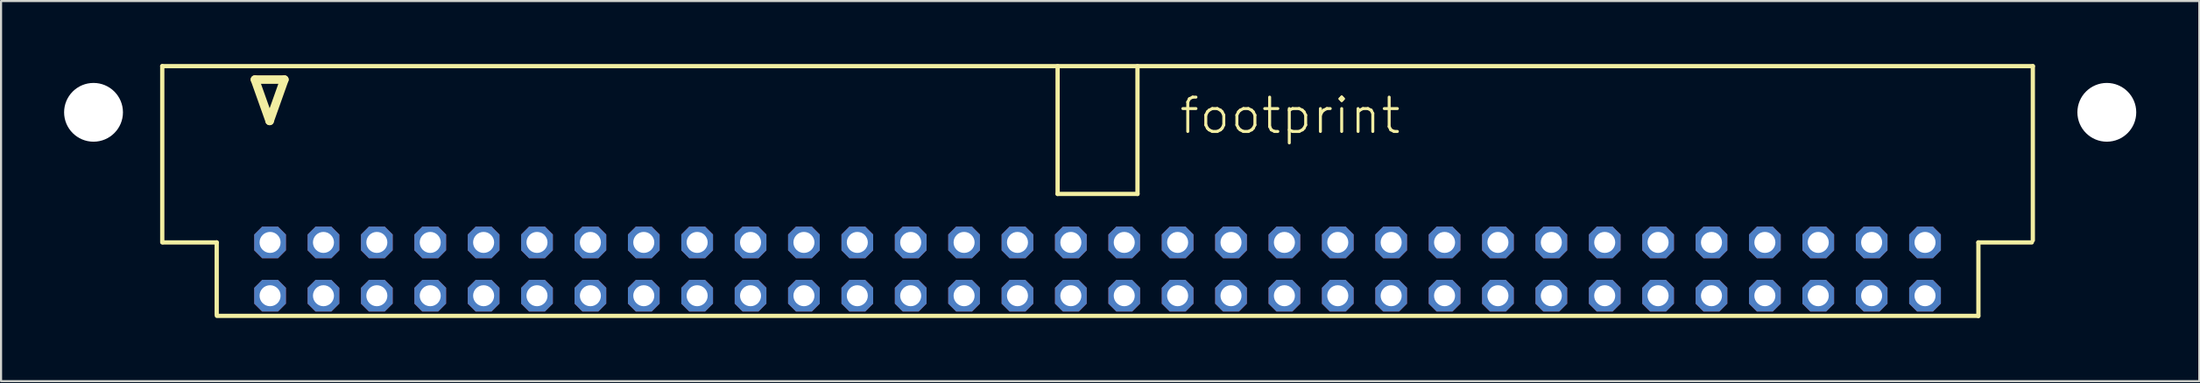
<source format=kicad_pcb>
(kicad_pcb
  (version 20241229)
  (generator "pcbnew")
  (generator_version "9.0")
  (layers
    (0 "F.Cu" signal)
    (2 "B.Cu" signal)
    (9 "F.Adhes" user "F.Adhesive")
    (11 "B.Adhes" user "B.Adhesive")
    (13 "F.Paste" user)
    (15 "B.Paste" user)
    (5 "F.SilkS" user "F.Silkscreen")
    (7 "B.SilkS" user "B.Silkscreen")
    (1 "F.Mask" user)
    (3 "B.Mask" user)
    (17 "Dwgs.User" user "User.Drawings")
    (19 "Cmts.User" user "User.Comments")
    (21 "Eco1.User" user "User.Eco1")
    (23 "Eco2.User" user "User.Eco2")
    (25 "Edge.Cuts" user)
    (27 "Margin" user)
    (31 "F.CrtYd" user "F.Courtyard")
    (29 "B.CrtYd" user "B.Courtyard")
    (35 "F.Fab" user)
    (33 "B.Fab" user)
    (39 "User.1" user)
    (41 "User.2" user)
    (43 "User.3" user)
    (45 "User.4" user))
  (footprint "footprint"
    (layer "F.Cu")
    (at 49.17 5.962)
    (property "Reference" "footprint" (at 3.81 -2.54 0) (layer "F.SilkS") (effects (font (size 1.636 1.636) (thickness 0.142)) (justify left bottom)))
    (fp_line (start -44.5 -5.86) (end 44.5 -5.86) (stroke (width 0.203) (type solid)) (layer "F.SilkS"))
    (fp_line (start -44.5 2.54) (end -44.5 -5.86) (stroke (width 0.203) (type solid)) (layer "F.SilkS"))
    (fp_line (start -44.45 2.54) (end -41.91 2.54) (stroke (width 0.203) (type solid)) (layer "F.SilkS"))
    (fp_line (start -41.91 2.54) (end -41.91 5.98) (stroke (width 0.203) (type solid)) (layer "F.SilkS"))
    (fp_line (start -40.09 -5.22) (end -39.39 -3.25) (stroke (width 0.406) (type solid)) (layer "F.SilkS"))
    (fp_line (start -39.39 -3.25) (end -38.69 -5.22) (stroke (width 0.406) (type solid)) (layer "F.SilkS"))
    (fp_line (start -38.69 -5.22) (end -40.09 -5.22) (stroke (width 0.406) (type solid)) (layer "F.SilkS"))
    (fp_line (start -1.9 0.23) (end -1.9 -5.86) (stroke (width 0.203) (type solid)) (layer "F.SilkS"))
    (fp_line (start -1.9 0.23) (end 1.9 0.23) (stroke (width 0.203) (type solid)) (layer "F.SilkS"))
    (fp_line (start 1.9 0.23) (end 1.9 -5.86) (stroke (width 0.203) (type solid)) (layer "F.SilkS"))
    (fp_line (start 41.9 6.04) (end -41.9 6.04) (stroke (width 0.203) (type solid)) (layer "F.SilkS"))
    (fp_line (start 41.91 2.54) (end 41.91 6.05) (stroke (width 0.203) (type solid)) (layer "F.SilkS"))
    (fp_line (start 44.45 2.54) (end 41.91 2.54) (stroke (width 0.203) (type solid)) (layer "F.SilkS"))
    (fp_line (start 44.5 -5.86) (end 44.5 2.44) (stroke (width 0.203) (type solid)) (layer "F.SilkS"))
    (pad "" np_thru_hole circle (at -47.77 -3.66) (size 2.8 2.8) (drill 2.8) (layers "*.Cu" "*.Mask"))
    (pad "" np_thru_hole circle (at 48.02 -3.66) (size 2.8 2.8) (drill 2.8) (layers "*.Cu" "*.Mask"))
    (pad "1" thru_hole roundrect (at -39.37 5.08) (size 1.508 1.508) (drill 1) (layers "*.Cu" "*.Mask") (roundrect_rratio 0.25) (chamfer_ratio 0.25) (chamfer top_left top_right bottom_left bottom_right))
    (pad "2" thru_hole roundrect (at -39.37 2.54) (size 1.508 1.508) (drill 1) (layers "*.Cu" "*.Mask") (roundrect_rratio 0.25) (chamfer_ratio 0.25) (chamfer top_left top_right bottom_left bottom_right))
    (pad "3" thru_hole roundrect (at -36.83 5.08) (size 1.508 1.508) (drill 1) (layers "*.Cu" "*.Mask") (roundrect_rratio 0.25) (chamfer_ratio 0.25) (chamfer top_left top_right bottom_left bottom_right))
    (pad "4" thru_hole roundrect (at -36.83 2.54) (size 1.508 1.508) (drill 1) (layers "*.Cu" "*.Mask") (roundrect_rratio 0.25) (chamfer_ratio 0.25) (chamfer top_left top_right bottom_left bottom_right))
    (pad "5" thru_hole roundrect (at -34.29 5.08) (size 1.508 1.508) (drill 1) (layers "*.Cu" "*.Mask") (roundrect_rratio 0.25) (chamfer_ratio 0.25) (chamfer top_left top_right bottom_left bottom_right))
    (pad "6" thru_hole roundrect (at -34.29 2.54) (size 1.508 1.508) (drill 1) (layers "*.Cu" "*.Mask") (roundrect_rratio 0.25) (chamfer_ratio 0.25) (chamfer top_left top_right bottom_left bottom_right))
    (pad "7" thru_hole roundrect (at -31.75 5.08) (size 1.508 1.508) (drill 1) (layers "*.Cu" "*.Mask") (roundrect_rratio 0.25) (chamfer_ratio 0.25) (chamfer top_left top_right bottom_left bottom_right))
    (pad "8" thru_hole roundrect (at -31.75 2.54) (size 1.508 1.508) (drill 1) (layers "*.Cu" "*.Mask") (roundrect_rratio 0.25) (chamfer_ratio 0.25) (chamfer top_left top_right bottom_left bottom_right))
    (pad "9" thru_hole roundrect (at -29.21 5.08) (size 1.508 1.508) (drill 1) (layers "*.Cu" "*.Mask") (roundrect_rratio 0.25) (chamfer_ratio 0.25) (chamfer top_left top_right bottom_left bottom_right))
    (pad "10" thru_hole roundrect (at -29.21 2.54) (size 1.508 1.508) (drill 1) (layers "*.Cu" "*.Mask") (roundrect_rratio 0.25) (chamfer_ratio 0.25) (chamfer top_left top_right bottom_left bottom_right))
    (pad "11" thru_hole roundrect (at -26.67 5.08) (size 1.508 1.508) (drill 1) (layers "*.Cu" "*.Mask") (roundrect_rratio 0.25) (chamfer_ratio 0.25) (chamfer top_left top_right bottom_left bottom_right))
    (pad "12" thru_hole roundrect (at -26.67 2.54) (size 1.508 1.508) (drill 1) (layers "*.Cu" "*.Mask") (roundrect_rratio 0.25) (chamfer_ratio 0.25) (chamfer top_left top_right bottom_left bottom_right))
    (pad "13" thru_hole roundrect (at -24.13 5.08) (size 1.508 1.508) (drill 1) (layers "*.Cu" "*.Mask") (roundrect_rratio 0.25) (chamfer_ratio 0.25) (chamfer top_left top_right bottom_left bottom_right))
    (pad "14" thru_hole roundrect (at -24.13 2.54) (size 1.508 1.508) (drill 1) (layers "*.Cu" "*.Mask") (roundrect_rratio 0.25) (chamfer_ratio 0.25) (chamfer top_left top_right bottom_left bottom_right))
    (pad "15" thru_hole roundrect (at -21.59 5.08) (size 1.508 1.508) (drill 1) (layers "*.Cu" "*.Mask") (roundrect_rratio 0.25) (chamfer_ratio 0.25) (chamfer top_left top_right bottom_left bottom_right))
    (pad "16" thru_hole roundrect (at -21.59 2.54) (size 1.508 1.508) (drill 1) (layers "*.Cu" "*.Mask") (roundrect_rratio 0.25) (chamfer_ratio 0.25) (chamfer top_left top_right bottom_left bottom_right))
    (pad "17" thru_hole roundrect (at -19.05 5.08) (size 1.508 1.508) (drill 1) (layers "*.Cu" "*.Mask") (roundrect_rratio 0.25) (chamfer_ratio 0.25) (chamfer top_left top_right bottom_left bottom_right))
    (pad "18" thru_hole roundrect (at -19.05 2.54) (size 1.508 1.508) (drill 1) (layers "*.Cu" "*.Mask") (roundrect_rratio 0.25) (chamfer_ratio 0.25) (chamfer top_left top_right bottom_left bottom_right))
    (pad "19" thru_hole roundrect (at -16.51 5.08) (size 1.508 1.508) (drill 1) (layers "*.Cu" "*.Mask") (roundrect_rratio 0.25) (chamfer_ratio 0.25) (chamfer top_left top_right bottom_left bottom_right))
    (pad "20" thru_hole roundrect (at -16.51 2.54) (size 1.508 1.508) (drill 1) (layers "*.Cu" "*.Mask") (roundrect_rratio 0.25) (chamfer_ratio 0.25) (chamfer top_left top_right bottom_left bottom_right))
    (pad "21" thru_hole roundrect (at -13.97 5.08) (size 1.508 1.508) (drill 1) (layers "*.Cu" "*.Mask") (roundrect_rratio 0.25) (chamfer_ratio 0.25) (chamfer top_left top_right bottom_left bottom_right))
    (pad "22" thru_hole roundrect (at -13.97 2.54) (size 1.508 1.508) (drill 1) (layers "*.Cu" "*.Mask") (roundrect_rratio 0.25) (chamfer_ratio 0.25) (chamfer top_left top_right bottom_left bottom_right))
    (pad "23" thru_hole roundrect (at -11.43 5.08) (size 1.508 1.508) (drill 1) (layers "*.Cu" "*.Mask") (roundrect_rratio 0.25) (chamfer_ratio 0.25) (chamfer top_left top_right bottom_left bottom_right))
    (pad "24" thru_hole roundrect (at -11.43 2.54) (size 1.508 1.508) (drill 1) (layers "*.Cu" "*.Mask") (roundrect_rratio 0.25) (chamfer_ratio 0.25) (chamfer top_left top_right bottom_left bottom_right))
    (pad "25" thru_hole roundrect (at -8.89 5.08) (size 1.508 1.508) (drill 1) (layers "*.Cu" "*.Mask") (roundrect_rratio 0.25) (chamfer_ratio 0.25) (chamfer top_left top_right bottom_left bottom_right))
    (pad "26" thru_hole roundrect (at -8.89 2.54) (size 1.508 1.508) (drill 1) (layers "*.Cu" "*.Mask") (roundrect_rratio 0.25) (chamfer_ratio 0.25) (chamfer top_left top_right bottom_left bottom_right))
    (pad "27" thru_hole roundrect (at -6.35 5.08) (size 1.508 1.508) (drill 1) (layers "*.Cu" "*.Mask") (roundrect_rratio 0.25) (chamfer_ratio 0.25) (chamfer top_left top_right bottom_left bottom_right))
    (pad "28" thru_hole roundrect (at -6.35 2.54) (size 1.508 1.508) (drill 1) (layers "*.Cu" "*.Mask") (roundrect_rratio 0.25) (chamfer_ratio 0.25) (chamfer top_left top_right bottom_left bottom_right))
    (pad "29" thru_hole roundrect (at -3.81 5.08) (size 1.508 1.508) (drill 1) (layers "*.Cu" "*.Mask") (roundrect_rratio 0.25) (chamfer_ratio 0.25) (chamfer top_left top_right bottom_left bottom_right))
    (pad "30" thru_hole roundrect (at -3.81 2.54) (size 1.508 1.508) (drill 1) (layers "*.Cu" "*.Mask") (roundrect_rratio 0.25) (chamfer_ratio 0.25) (chamfer top_left top_right bottom_left bottom_right))
    (pad "31" thru_hole roundrect (at -1.27 5.08) (size 1.508 1.508) (drill 1) (layers "*.Cu" "*.Mask") (roundrect_rratio 0.25) (chamfer_ratio 0.25) (chamfer top_left top_right bottom_left bottom_right))
    (pad "32" thru_hole roundrect (at -1.27 2.54) (size 1.508 1.508) (drill 1) (layers "*.Cu" "*.Mask") (roundrect_rratio 0.25) (chamfer_ratio 0.25) (chamfer top_left top_right bottom_left bottom_right))
    (pad "33" thru_hole roundrect (at 1.27 5.08) (size 1.508 1.508) (drill 1) (layers "*.Cu" "*.Mask") (roundrect_rratio 0.25) (chamfer_ratio 0.25) (chamfer top_left top_right bottom_left bottom_right))
    (pad "34" thru_hole roundrect (at 1.27 2.54) (size 1.508 1.508) (drill 1) (layers "*.Cu" "*.Mask") (roundrect_rratio 0.25) (chamfer_ratio 0.25) (chamfer top_left top_right bottom_left bottom_right))
    (pad "35" thru_hole roundrect (at 3.81 5.08) (size 1.508 1.508) (drill 1) (layers "*.Cu" "*.Mask") (roundrect_rratio 0.25) (chamfer_ratio 0.25) (chamfer top_left top_right bottom_left bottom_right))
    (pad "36" thru_hole roundrect (at 3.81 2.54) (size 1.508 1.508) (drill 1) (layers "*.Cu" "*.Mask") (roundrect_rratio 0.25) (chamfer_ratio 0.25) (chamfer top_left top_right bottom_left bottom_right))
    (pad "37" thru_hole roundrect (at 6.35 5.08) (size 1.508 1.508) (drill 1) (layers "*.Cu" "*.Mask") (roundrect_rratio 0.25) (chamfer_ratio 0.25) (chamfer top_left top_right bottom_left bottom_right))
    (pad "38" thru_hole roundrect (at 6.35 2.54) (size 1.508 1.508) (drill 1) (layers "*.Cu" "*.Mask") (roundrect_rratio 0.25) (chamfer_ratio 0.25) (chamfer top_left top_right bottom_left bottom_right))
    (pad "39" thru_hole roundrect (at 8.89 5.08) (size 1.508 1.508) (drill 1) (layers "*.Cu" "*.Mask") (roundrect_rratio 0.25) (chamfer_ratio 0.25) (chamfer top_left top_right bottom_left bottom_right))
    (pad "40" thru_hole roundrect (at 8.89 2.54) (size 1.508 1.508) (drill 1) (layers "*.Cu" "*.Mask") (roundrect_rratio 0.25) (chamfer_ratio 0.25) (chamfer top_left top_right bottom_left bottom_right))
    (pad "41" thru_hole roundrect (at 11.43 5.08) (size 1.508 1.508) (drill 1) (layers "*.Cu" "*.Mask") (roundrect_rratio 0.25) (chamfer_ratio 0.25) (chamfer top_left top_right bottom_left bottom_right))
    (pad "42" thru_hole roundrect (at 11.43 2.54) (size 1.508 1.508) (drill 1) (layers "*.Cu" "*.Mask") (roundrect_rratio 0.25) (chamfer_ratio 0.25) (chamfer top_left top_right bottom_left bottom_right))
    (pad "43" thru_hole roundrect (at 13.97 5.08) (size 1.508 1.508) (drill 1) (layers "*.Cu" "*.Mask") (roundrect_rratio 0.25) (chamfer_ratio 0.25) (chamfer top_left top_right bottom_left bottom_right))
    (pad "44" thru_hole roundrect (at 13.97 2.54) (size 1.508 1.508) (drill 1) (layers "*.Cu" "*.Mask") (roundrect_rratio 0.25) (chamfer_ratio 0.25) (chamfer top_left top_right bottom_left bottom_right))
    (pad "45" thru_hole roundrect (at 16.51 5.08) (size 1.508 1.508) (drill 1) (layers "*.Cu" "*.Mask") (roundrect_rratio 0.25) (chamfer_ratio 0.25) (chamfer top_left top_right bottom_left bottom_right))
    (pad "46" thru_hole roundrect (at 16.51 2.54) (size 1.508 1.508) (drill 1) (layers "*.Cu" "*.Mask") (roundrect_rratio 0.25) (chamfer_ratio 0.25) (chamfer top_left top_right bottom_left bottom_right))
    (pad "47" thru_hole roundrect (at 19.05 5.08) (size 1.508 1.508) (drill 1) (layers "*.Cu" "*.Mask") (roundrect_rratio 0.25) (chamfer_ratio 0.25) (chamfer top_left top_right bottom_left bottom_right))
    (pad "48" thru_hole roundrect (at 19.05 2.54) (size 1.508 1.508) (drill 1) (layers "*.Cu" "*.Mask") (roundrect_rratio 0.25) (chamfer_ratio 0.25) (chamfer top_left top_right bottom_left bottom_right))
    (pad "49" thru_hole roundrect (at 21.59 5.08) (size 1.508 1.508) (drill 1) (layers "*.Cu" "*.Mask") (roundrect_rratio 0.25) (chamfer_ratio 0.25) (chamfer top_left top_right bottom_left bottom_right))
    (pad "50" thru_hole roundrect (at 21.59 2.54) (size 1.508 1.508) (drill 1) (layers "*.Cu" "*.Mask") (roundrect_rratio 0.25) (chamfer_ratio 0.25) (chamfer top_left top_right bottom_left bottom_right))
    (pad "51" thru_hole roundrect (at 24.13 5.08) (size 1.508 1.508) (drill 1) (layers "*.Cu" "*.Mask") (roundrect_rratio 0.25) (chamfer_ratio 0.25) (chamfer top_left top_right bottom_left bottom_right))
    (pad "52" thru_hole roundrect (at 24.13 2.54) (size 1.508 1.508) (drill 1) (layers "*.Cu" "*.Mask") (roundrect_rratio 0.25) (chamfer_ratio 0.25) (chamfer top_left top_right bottom_left bottom_right))
    (pad "53" thru_hole roundrect (at 26.67 5.08) (size 1.508 1.508) (drill 1) (layers "*.Cu" "*.Mask") (roundrect_rratio 0.25) (chamfer_ratio 0.25) (chamfer top_left top_right bottom_left bottom_right))
    (pad "54" thru_hole roundrect (at 26.67 2.54) (size 1.508 1.508) (drill 1) (layers "*.Cu" "*.Mask") (roundrect_rratio 0.25) (chamfer_ratio 0.25) (chamfer top_left top_right bottom_left bottom_right))
    (pad "55" thru_hole roundrect (at 29.21 5.08) (size 1.508 1.508) (drill 1) (layers "*.Cu" "*.Mask") (roundrect_rratio 0.25) (chamfer_ratio 0.25) (chamfer top_left top_right bottom_left bottom_right))
    (pad "56" thru_hole roundrect (at 29.21 2.54) (size 1.508 1.508) (drill 1) (layers "*.Cu" "*.Mask") (roundrect_rratio 0.25) (chamfer_ratio 0.25) (chamfer top_left top_right bottom_left bottom_right))
    (pad "57" thru_hole roundrect (at 31.75 5.08) (size 1.508 1.508) (drill 1) (layers "*.Cu" "*.Mask") (roundrect_rratio 0.25) (chamfer_ratio 0.25) (chamfer top_left top_right bottom_left bottom_right))
    (pad "58" thru_hole roundrect (at 31.75 2.54) (size 1.508 1.508) (drill 1) (layers "*.Cu" "*.Mask") (roundrect_rratio 0.25) (chamfer_ratio 0.25) (chamfer top_left top_right bottom_left bottom_right))
    (pad "59" thru_hole roundrect (at 34.29 5.08) (size 1.508 1.508) (drill 1) (layers "*.Cu" "*.Mask") (roundrect_rratio 0.25) (chamfer_ratio 0.25) (chamfer top_left top_right bottom_left bottom_right))
    (pad "60" thru_hole roundrect (at 34.29 2.54) (size 1.508 1.508) (drill 1) (layers "*.Cu" "*.Mask") (roundrect_rratio 0.25) (chamfer_ratio 0.25) (chamfer top_left top_right bottom_left bottom_right))
    (pad "61" thru_hole roundrect (at 36.83 5.08) (size 1.508 1.508) (drill 1) (layers "*.Cu" "*.Mask") (roundrect_rratio 0.25) (chamfer_ratio 0.25) (chamfer top_left top_right bottom_left bottom_right))
    (pad "62" thru_hole roundrect (at 36.83 2.54) (size 1.508 1.508) (drill 1) (layers "*.Cu" "*.Mask") (roundrect_rratio 0.25) (chamfer_ratio 0.25) (chamfer top_left top_right bottom_left bottom_right))
    (pad "63" thru_hole roundrect (at 39.37 5.08) (size 1.508 1.508) (drill 1) (layers "*.Cu" "*.Mask") (roundrect_rratio 0.25) (chamfer_ratio 0.25) (chamfer top_left top_right bottom_left bottom_right))
    (pad "64" thru_hole roundrect (at 39.37 2.54) (size 1.508 1.508) (drill 1) (layers "*.Cu" "*.Mask") (roundrect_rratio 0.25) (chamfer_ratio 0.25) (chamfer top_left top_right bottom_left bottom_right)))
  (gr_rect
    (start -3 -3)
    (end 101.59 15.113)
    (stroke (width 0.1) (type default))
    (fill no)
    (layer "Edge.Cuts")))
</source>
